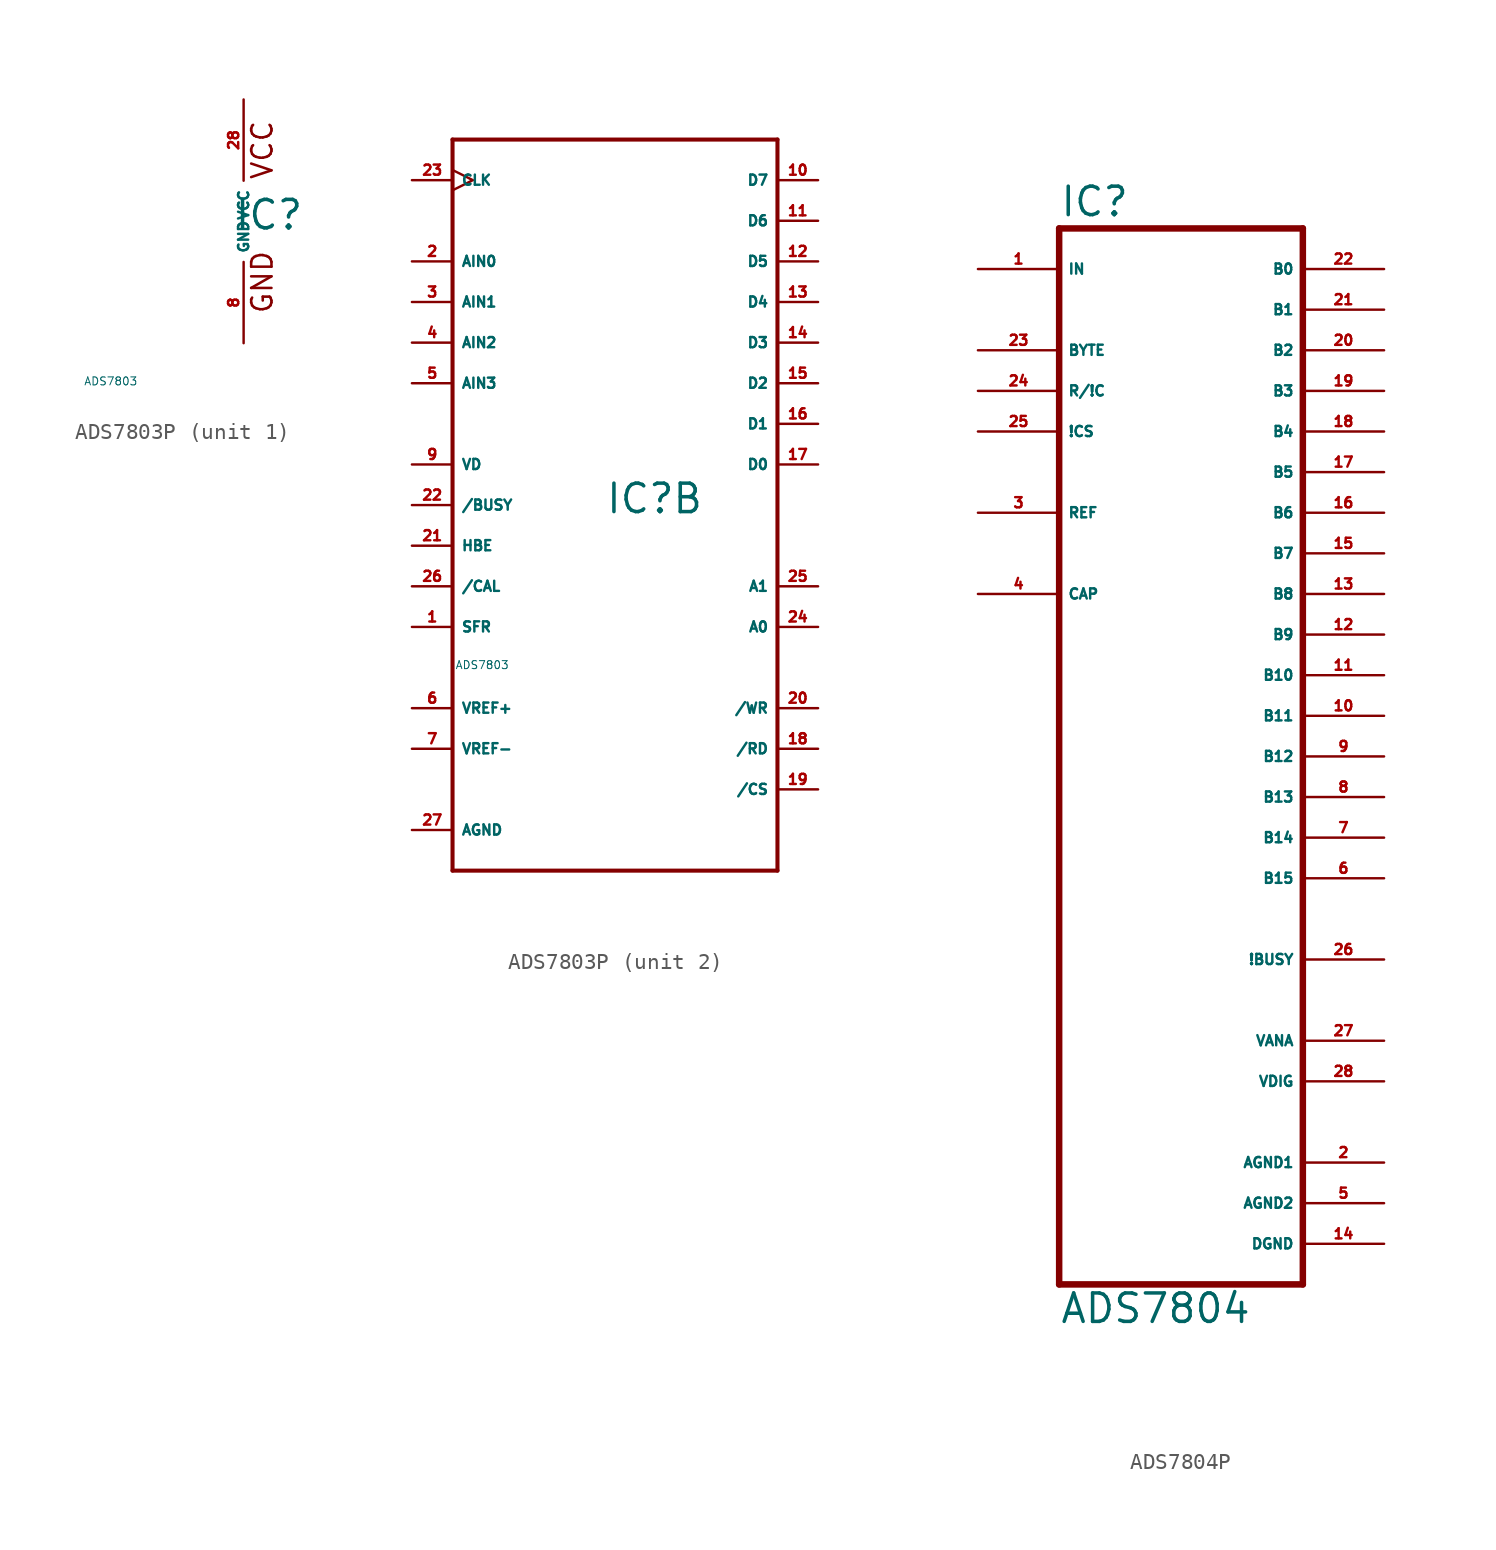
<source format=kicad_sym>
(kicad_symbol_lib
  (version 20220914)
  (generator Eagle2Kicad)
  (symbol "ADS7803P"
    (property "Reference" "IC"
      (at -0.635 -0.635 0)
      (effects (font (size 1.778 1.778) (thickness 0.22)) (justify left bottom)))
    (property "Value" "ADS7803"
      (at -10 -10 0)
      (effects (font (size 0.5 0.5) (thickness 0.06)) (justify left)))
    (symbol "ADS7803P_1_0"
      (text "GND" (at 1.905 -5.842 900) (effects (font (size 1.27 1.27) (thickness 0.16)) (justify left bottom)))
      (text "VCC" (at 1.905 2.54 900) (effects (font (size 1.27 1.27) (thickness 0.16)) (justify left bottom)))
      (pin unspecified line (at 0 -7.62 90) (length 5.08) (name "GND" (effects (font (size 0.635 0.635) (thickness 0.08)) (justify left bottom))) (number "8" (effects (font (size 0.635 0.635) (thickness 0.08)) (justify left bottom))))
      (pin unspecified line (at 0 7.62 270) (length 5.08) (name "VCC" (effects (font (size 0.635 0.635) (thickness 0.08)) (justify left bottom))) (number "28" (effects (font (size 0.635 0.635) (thickness 0.08)) (justify left bottom)))))
    (symbol "ADS7803P_2_0"
      (polyline (pts (xy -10.16 22.86) (xy -10.16 -22.86)) (stroke (width 0.254) (type default)) (fill (type none)))
      (polyline (pts (xy -10.16 -22.86) (xy 10.16 -22.86)) (stroke (width 0.254) (type default)) (fill (type none)))
      (polyline (pts (xy 10.16 -22.86) (xy 10.16 22.86)) (stroke (width 0.254) (type default)) (fill (type none)))
      (polyline (pts (xy 10.16 22.86) (xy -10.16 22.86)) (stroke (width 0.254) (type default)) (fill (type none)))
      (pin tri_state line (at 12.7 2.54 180) (length 2.54) (name "D0" (effects (font (size 0.635 0.635) (thickness 0.08)) (justify left bottom))) (number "17" (effects (font (size 0.635 0.635) (thickness 0.08)) (justify left bottom))))
      (pin tri_state line (at 12.7 5.08 180) (length 2.54) (name "D1" (effects (font (size 0.635 0.635) (thickness 0.08)) (justify left bottom))) (number "16" (effects (font (size 0.635 0.635) (thickness 0.08)) (justify left bottom))))
      (pin tri_state line (at 12.7 7.62 180) (length 2.54) (name "D2" (effects (font (size 0.635 0.635) (thickness 0.08)) (justify left bottom))) (number "15" (effects (font (size 0.635 0.635) (thickness 0.08)) (justify left bottom))))
      (pin tri_state line (at 12.7 10.16 180) (length 2.54) (name "D3" (effects (font (size 0.635 0.635) (thickness 0.08)) (justify left bottom))) (number "14" (effects (font (size 0.635 0.635) (thickness 0.08)) (justify left bottom))))
      (pin tri_state line (at 12.7 12.7 180) (length 2.54) (name "D4" (effects (font (size 0.635 0.635) (thickness 0.08)) (justify left bottom))) (number "13" (effects (font (size 0.635 0.635) (thickness 0.08)) (justify left bottom))))
      (pin tri_state line (at 12.7 15.24 180) (length 2.54) (name "D5" (effects (font (size 0.635 0.635) (thickness 0.08)) (justify left bottom))) (number "12" (effects (font (size 0.635 0.635) (thickness 0.08)) (justify left bottom))))
      (pin tri_state line (at 12.7 17.78 180) (length 2.54) (name "D6" (effects (font (size 0.635 0.635) (thickness 0.08)) (justify left bottom))) (number "11" (effects (font (size 0.635 0.635) (thickness 0.08)) (justify left bottom))))
      (pin tri_state line (at 12.7 20.32 180) (length 2.54) (name "D7" (effects (font (size 0.635 0.635) (thickness 0.08)) (justify left bottom))) (number "10" (effects (font (size 0.635 0.635) (thickness 0.08)) (justify left bottom))))
      (pin input line (at 12.7 -7.62 180) (length 2.54) (name "A0" (effects (font (size 0.635 0.635) (thickness 0.08)) (justify left bottom))) (number "24" (effects (font (size 0.635 0.635) (thickness 0.08)) (justify left bottom))))
      (pin input line (at 12.7 -5.08 180) (length 2.54) (name "A1" (effects (font (size 0.635 0.635) (thickness 0.08)) (justify left bottom))) (number "25" (effects (font (size 0.635 0.635) (thickness 0.08)) (justify left bottom))))
      (pin input line (at -12.7 15.24 0) (length 2.54) (name "AIN0" (effects (font (size 0.635 0.635) (thickness 0.08)) (justify left bottom))) (number "2" (effects (font (size 0.635 0.635) (thickness 0.08)) (justify left bottom))))
      (pin input line (at -12.7 12.7 0) (length 2.54) (name "AIN1" (effects (font (size 0.635 0.635) (thickness 0.08)) (justify left bottom))) (number "3" (effects (font (size 0.635 0.635) (thickness 0.08)) (justify left bottom))))
      (pin input line (at -12.7 10.16 0) (length 2.54) (name "AIN2" (effects (font (size 0.635 0.635) (thickness 0.08)) (justify left bottom))) (number "4" (effects (font (size 0.635 0.635) (thickness 0.08)) (justify left bottom))))
      (pin input line (at -12.7 7.62 0) (length 2.54) (name "AIN3" (effects (font (size 0.635 0.635) (thickness 0.08)) (justify left bottom))) (number "5" (effects (font (size 0.635 0.635) (thickness 0.08)) (justify left bottom))))
      (pin input clock (at -12.7 20.32 0) (length 2.54) (name "CLK" (effects (font (size 0.635 0.635) (thickness 0.08)) (justify left bottom))) (number "23" (effects (font (size 0.635 0.635) (thickness 0.08)) (justify left bottom))))
      (pin input line (at 12.7 -12.7 180) (length 2.54) (name "/WR" (effects (font (size 0.635 0.635) (thickness 0.08)) (justify left bottom))) (number "20" (effects (font (size 0.635 0.635) (thickness 0.08)) (justify left bottom))))
      (pin input line (at 12.7 -15.24 180) (length 2.54) (name "/RD" (effects (font (size 0.635 0.635) (thickness 0.08)) (justify left bottom))) (number "18" (effects (font (size 0.635 0.635) (thickness 0.08)) (justify left bottom))))
      (pin input line (at 12.7 -17.78 180) (length 2.54) (name "/CS" (effects (font (size 0.635 0.635) (thickness 0.08)) (justify left bottom))) (number "19" (effects (font (size 0.635 0.635) (thickness 0.08)) (justify left bottom))))
      (pin input line (at -12.7 0 0) (length 2.54) (name "/BUSY" (effects (font (size 0.635 0.635) (thickness 0.08)) (justify left bottom))) (number "22" (effects (font (size 0.635 0.635) (thickness 0.08)) (justify left bottom))))
      (pin input line (at -12.7 -2.54 0) (length 2.54) (name "HBE" (effects (font (size 0.635 0.635) (thickness 0.08)) (justify left bottom))) (number "21" (effects (font (size 0.635 0.635) (thickness 0.08)) (justify left bottom))))
      (pin input line (at -12.7 -5.08 0) (length 2.54) (name "/CAL" (effects (font (size 0.635 0.635) (thickness 0.08)) (justify left bottom))) (number "26" (effects (font (size 0.635 0.635) (thickness 0.08)) (justify left bottom))))
      (pin unspecified line (at -12.7 -20.32 0) (length 2.54) (name "AGND" (effects (font (size 0.635 0.635) (thickness 0.08)) (justify left bottom))) (number "27" (effects (font (size 0.635 0.635) (thickness 0.08)) (justify left bottom))))
      (pin input line (at -12.7 -7.62 0) (length 2.54) (name "SFR" (effects (font (size 0.635 0.635) (thickness 0.08)) (justify left bottom))) (number "1" (effects (font (size 0.635 0.635) (thickness 0.08)) (justify left bottom))))
      (pin bidirectional line (at -12.7 -12.7 0) (length 2.54) (name "VREF+" (effects (font (size 0.635 0.635) (thickness 0.08)) (justify left bottom))) (number "6" (effects (font (size 0.635 0.635) (thickness 0.08)) (justify left bottom))))
      (pin bidirectional line (at -12.7 -15.24 0) (length 2.54) (name "VREF-" (effects (font (size 0.635 0.635) (thickness 0.08)) (justify left bottom))) (number "7" (effects (font (size 0.635 0.635) (thickness 0.08)) (justify left bottom))))
      (pin bidirectional line (at -12.7 2.54 0) (length 2.54) (name "VD" (effects (font (size 0.635 0.635) (thickness 0.08)) (justify left bottom))) (number "9" (effects (font (size 0.635 0.635) (thickness 0.08)) (justify left bottom))))))
  (symbol "ADS7804P"
    (property "Reference" "IC"
      (at -7.62 33.655 0)
      (effects (font (size 1.778 1.778) (thickness 0.22)) (justify left bottom)))
    (property "Value" "ADS7804"
      (at -7.62 -35.56 0)
      (effects (font (size 1.778 1.778) (thickness 0.22)) (justify left bottom)))
    (polyline
      (pts (xy 7.62 -33.02) (xy -7.62 -33.02))
      (stroke (width 0.406) (type default))
      (fill (type none)))
    (polyline
      (pts (xy -7.62 -33.02) (xy -7.62 33.02))
      (stroke (width 0.406) (type default))
      (fill (type none)))
    (polyline
      (pts (xy -7.62 33.02) (xy 7.62 33.02))
      (stroke (width 0.406) (type default))
      (fill (type none)))
    (polyline
      (pts (xy 7.62 33.02) (xy 7.62 -33.02))
      (stroke (width 0.406) (type default))
      (fill (type none)))
    (pin input line
      (at -12.7 30.48 0)
      (length 5.08)
      (name "IN" (effects (font (size 0.635 0.635) (thickness 0.08)) (justify left bottom)))
      (number "1" (effects (font (size 0.635 0.635) (thickness 0.08)) (justify left bottom))))
    (pin input line
      (at -12.7 25.4 0)
      (length 5.08)
      (name "BYTE" (effects (font (size 0.635 0.635) (thickness 0.08)) (justify left bottom)))
      (number "23" (effects (font (size 0.635 0.635) (thickness 0.08)) (justify left bottom))))
    (pin input line
      (at -12.7 22.86 0)
      (length 5.08)
      (name "R/!C" (effects (font (size 0.635 0.635) (thickness 0.08)) (justify left bottom)))
      (number "24" (effects (font (size 0.635 0.635) (thickness 0.08)) (justify left bottom))))
    (pin input line
      (at -12.7 20.32 0)
      (length 5.08)
      (name "!CS" (effects (font (size 0.635 0.635) (thickness 0.08)) (justify left bottom)))
      (number "25" (effects (font (size 0.635 0.635) (thickness 0.08)) (justify left bottom))))
    (pin output line
      (at 12.7 30.48 180)
      (length 5.08)
      (name "B0" (effects (font (size 0.635 0.635) (thickness 0.08)) (justify left bottom)))
      (number "22" (effects (font (size 0.635 0.635) (thickness 0.08)) (justify left bottom))))
    (pin output line
      (at 12.7 27.94 180)
      (length 5.08)
      (name "B1" (effects (font (size 0.635 0.635) (thickness 0.08)) (justify left bottom)))
      (number "21" (effects (font (size 0.635 0.635) (thickness 0.08)) (justify left bottom))))
    (pin output line
      (at 12.7 25.4 180)
      (length 5.08)
      (name "B2" (effects (font (size 0.635 0.635) (thickness 0.08)) (justify left bottom)))
      (number "20" (effects (font (size 0.635 0.635) (thickness 0.08)) (justify left bottom))))
    (pin output line
      (at 12.7 22.86 180)
      (length 5.08)
      (name "B3" (effects (font (size 0.635 0.635) (thickness 0.08)) (justify left bottom)))
      (number "19" (effects (font (size 0.635 0.635) (thickness 0.08)) (justify left bottom))))
    (pin output line
      (at 12.7 20.32 180)
      (length 5.08)
      (name "B4" (effects (font (size 0.635 0.635) (thickness 0.08)) (justify left bottom)))
      (number "18" (effects (font (size 0.635 0.635) (thickness 0.08)) (justify left bottom))))
    (pin output line
      (at 12.7 17.78 180)
      (length 5.08)
      (name "B5" (effects (font (size 0.635 0.635) (thickness 0.08)) (justify left bottom)))
      (number "17" (effects (font (size 0.635 0.635) (thickness 0.08)) (justify left bottom))))
    (pin output line
      (at 12.7 15.24 180)
      (length 5.08)
      (name "B6" (effects (font (size 0.635 0.635) (thickness 0.08)) (justify left bottom)))
      (number "16" (effects (font (size 0.635 0.635) (thickness 0.08)) (justify left bottom))))
    (pin output line
      (at 12.7 12.7 180)
      (length 5.08)
      (name "B7" (effects (font (size 0.635 0.635) (thickness 0.08)) (justify left bottom)))
      (number "15" (effects (font (size 0.635 0.635) (thickness 0.08)) (justify left bottom))))
    (pin output line
      (at 12.7 10.16 180)
      (length 5.08)
      (name "B8" (effects (font (size 0.635 0.635) (thickness 0.08)) (justify left bottom)))
      (number "13" (effects (font (size 0.635 0.635) (thickness 0.08)) (justify left bottom))))
    (pin output line
      (at 12.7 7.62 180)
      (length 5.08)
      (name "B9" (effects (font (size 0.635 0.635) (thickness 0.08)) (justify left bottom)))
      (number "12" (effects (font (size 0.635 0.635) (thickness 0.08)) (justify left bottom))))
    (pin output line
      (at 12.7 5.08 180)
      (length 5.08)
      (name "B10" (effects (font (size 0.635 0.635) (thickness 0.08)) (justify left bottom)))
      (number "11" (effects (font (size 0.635 0.635) (thickness 0.08)) (justify left bottom))))
    (pin output line
      (at 12.7 2.54 180)
      (length 5.08)
      (name "B11" (effects (font (size 0.635 0.635) (thickness 0.08)) (justify left bottom)))
      (number "10" (effects (font (size 0.635 0.635) (thickness 0.08)) (justify left bottom))))
    (pin output line
      (at 12.7 0 180)
      (length 5.08)
      (name "B12" (effects (font (size 0.635 0.635) (thickness 0.08)) (justify left bottom)))
      (number "9" (effects (font (size 0.635 0.635) (thickness 0.08)) (justify left bottom))))
    (pin output line
      (at 12.7 -2.54 180)
      (length 5.08)
      (name "B13" (effects (font (size 0.635 0.635) (thickness 0.08)) (justify left bottom)))
      (number "8" (effects (font (size 0.635 0.635) (thickness 0.08)) (justify left bottom))))
    (pin output line
      (at 12.7 -5.08 180)
      (length 5.08)
      (name "B14" (effects (font (size 0.635 0.635) (thickness 0.08)) (justify left bottom)))
      (number "7" (effects (font (size 0.635 0.635) (thickness 0.08)) (justify left bottom))))
    (pin output line
      (at 12.7 -7.62 180)
      (length 5.08)
      (name "B15" (effects (font (size 0.635 0.635) (thickness 0.08)) (justify left bottom)))
      (number "6" (effects (font (size 0.635 0.635) (thickness 0.08)) (justify left bottom))))
    (pin unspecified line
      (at 12.7 -17.78 180)
      (length 5.08)
      (name "VANA" (effects (font (size 0.635 0.635) (thickness 0.08)) (justify left bottom)))
      (number "27" (effects (font (size 0.635 0.635) (thickness 0.08)) (justify left bottom))))
    (pin unspecified line
      (at 12.7 -20.32 180)
      (length 5.08)
      (name "VDIG" (effects (font (size 0.635 0.635) (thickness 0.08)) (justify left bottom)))
      (number "28" (effects (font (size 0.635 0.635) (thickness 0.08)) (justify left bottom))))
    (pin unspecified line
      (at 12.7 -25.4 180)
      (length 5.08)
      (name "AGND1" (effects (font (size 0.635 0.635) (thickness 0.08)) (justify left bottom)))
      (number "2" (effects (font (size 0.635 0.635) (thickness 0.08)) (justify left bottom))))
    (pin unspecified line
      (at 12.7 -27.94 180)
      (length 5.08)
      (name "AGND2" (effects (font (size 0.635 0.635) (thickness 0.08)) (justify left bottom)))
      (number "5" (effects (font (size 0.635 0.635) (thickness 0.08)) (justify left bottom))))
    (pin unspecified line
      (at 12.7 -30.48 180)
      (length 5.08)
      (name "DGND" (effects (font (size 0.635 0.635) (thickness 0.08)) (justify left bottom)))
      (number "14" (effects (font (size 0.635 0.635) (thickness 0.08)) (justify left bottom))))
    (pin bidirectional line
      (at -12.7 15.24 0)
      (length 5.08)
      (name "REF" (effects (font (size 0.635 0.635) (thickness 0.08)) (justify left bottom)))
      (number "3" (effects (font (size 0.635 0.635) (thickness 0.08)) (justify left bottom))))
    (pin passive line
      (at -12.7 10.16 0)
      (length 5.08)
      (name "CAP" (effects (font (size 0.635 0.635) (thickness 0.08)) (justify left bottom)))
      (number "4" (effects (font (size 0.635 0.635) (thickness 0.08)) (justify left bottom))))
    (pin output line
      (at 12.7 -12.7 180)
      (length 5.08)
      (name "!BUSY" (effects (font (size 0.635 0.635) (thickness 0.08)) (justify left bottom)))
      (number "26" (effects (font (size 0.635 0.635) (thickness 0.08)) (justify left bottom))))))
</source>
